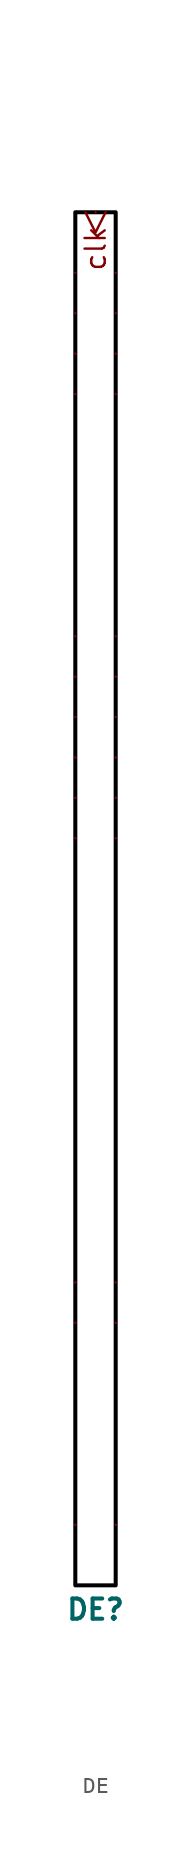
<source format=kicad_sym>
(kicad_symbol_lib
  (version 20231120)
  (generator "kicad_symbol_editor")
  (generator_version "8.0")
  (symbol "DE"
    (pin_numbers hide)
    (pin_names
      (offset 0) hide)
    (property "Reference" "DE"
      (at -1.27 -87.884 0)
      (effects (font (size 1.27 1.27) (thickness 0.254) (bold yes))))
    (property "Value" ""
      (at 0 0 0)
      (effects (font (size 1.27 1.27))))
    (symbol "DE_1_1"
      (rectangle (start -2.54 0) (end 0 -86.36) (stroke (width 0.254) (type default) (color 0 0 0 1)) (fill (type none)))
      (text "clk" (at -1.27 -2.286 900) (effects (font (size 1.27 1.27))))
      (pin input line (at -2.54 -82.55 0) (length 0) (name "" (effects (font (size 1.27 1.27)))) (number "" (effects (font (size 1.27 1.27)))))
      (pin input line (at -2.54 -69.85 0) (length 0) (name "" (effects (font (size 1.27 1.27)))) (number "" (effects (font (size 1.27 1.27)))))
      (pin input line (at -2.54 -67.31 0) (length 0) (name "" (effects (font (size 1.27 1.27)))) (number "" (effects (font (size 1.27 1.27)))))
      (pin input line (at -2.54 -39.37 0) (length 0) (name "" (effects (font (size 1.27 1.27)))) (number "" (effects (font (size 1.27 1.27)))))
      (pin input line (at -2.54 -36.83 0) (length 0) (name "" (effects (font (size 1.27 1.27)))) (number "" (effects (font (size 1.27 1.27)))))
      (pin input line (at -2.54 -34.29 0) (length 0) (name "" (effects (font (size 1.27 1.27)))) (number "" (effects (font (size 1.27 1.27)))))
      (pin input line (at -2.54 -31.75 0) (length 0) (name "" (effects (font (size 1.27 1.27)))) (number "" (effects (font (size 1.27 1.27)))))
      (pin input line (at -2.54 -29.21 0) (length 0) (name "" (effects (font (size 1.27 1.27)))) (number "" (effects (font (size 1.27 1.27)))))
      (pin input line (at -2.54 -26.67 0) (length 0) (name "" (effects (font (size 1.27 1.27)))) (number "" (effects (font (size 1.27 1.27)))))
      (pin input line (at -2.54 -11.43 0) (length 0) (name "" (effects (font (size 1.27 1.27)))) (number "" (effects (font (size 1.27 1.27)))))
      (pin input line (at -2.54 -8.89 0) (length 0) (name "" (effects (font (size 1.27 1.27)))) (number "" (effects (font (size 1.27 1.27)))))
      (pin input line (at -2.54 -6.35 0) (length 0) (name "" (effects (font (size 1.27 1.27)))) (number "" (effects (font (size 1.27 1.27)))))
      (pin input line (at -2.54 -3.81 0) (length 0) (name "" (effects (font (size 1.27 1.27)))) (number "" (effects (font (size 1.27 1.27)))))
      (pin output line (at 0 -82.55 180) (length 0) (name "" (effects (font (size 1.27 1.27)))) (number "" (effects (font (size 1.27 1.27)))))
      (pin output line (at 0 -69.85 180) (length 0) (name "" (effects (font (size 1.27 1.27)))) (number "" (effects (font (size 1.27 1.27)))))
      (pin output line (at 0 -67.31 180) (length 0) (name "" (effects (font (size 1.27 1.27)))) (number "" (effects (font (size 1.27 1.27)))))
      (pin output line (at 0 -39.37 180) (length 0) (name "" (effects (font (size 1.27 1.27)))) (number "" (effects (font (size 1.27 1.27)))))
      (pin output line (at 0 -36.83 180) (length 0) (name "" (effects (font (size 1.27 1.27)))) (number "" (effects (font (size 1.27 1.27)))))
      (pin output line (at 0 -34.29 180) (length 0) (name "" (effects (font (size 1.27 1.27)))) (number "" (effects (font (size 1.27 1.27)))))
      (pin output line (at 0 -31.75 180) (length 0) (name "" (effects (font (size 1.27 1.27)))) (number "" (effects (font (size 1.27 1.27)))))
      (pin output line (at 0 -29.21 180) (length 0) (name "" (effects (font (size 1.27 1.27)))) (number "" (effects (font (size 1.27 1.27)))))
      (pin output line (at 0 -26.67 180) (length 0) (name "" (effects (font (size 1.27 1.27)))) (number "" (effects (font (size 1.27 1.27)))))
      (pin output line (at 0 -11.43 180) (length 0) (name "" (effects (font (size 1.27 1.27)))) (number "" (effects (font (size 1.27 1.27)))))
      (pin output line (at 0 -8.89 180) (length 0) (name "" (effects (font (size 1.27 1.27)))) (number "" (effects (font (size 1.27 1.27)))))
      (pin output line (at 0 -6.35 180) (length 0) (name "" (effects (font (size 1.27 1.27)))) (number "" (effects (font (size 1.27 1.27)))))
      (pin output line (at 0 -3.81 180) (length 0) (name "" (effects (font (size 1.27 1.27)))) (number "" (effects (font (size 1.27 1.27)))))
      (pin input clock (at -1.27 0 270) (length 0) (name "clk" (effects (font (size 1.27 1.27)))) (number "" (effects (font (size 1.27 1.27))))))))
</source>
